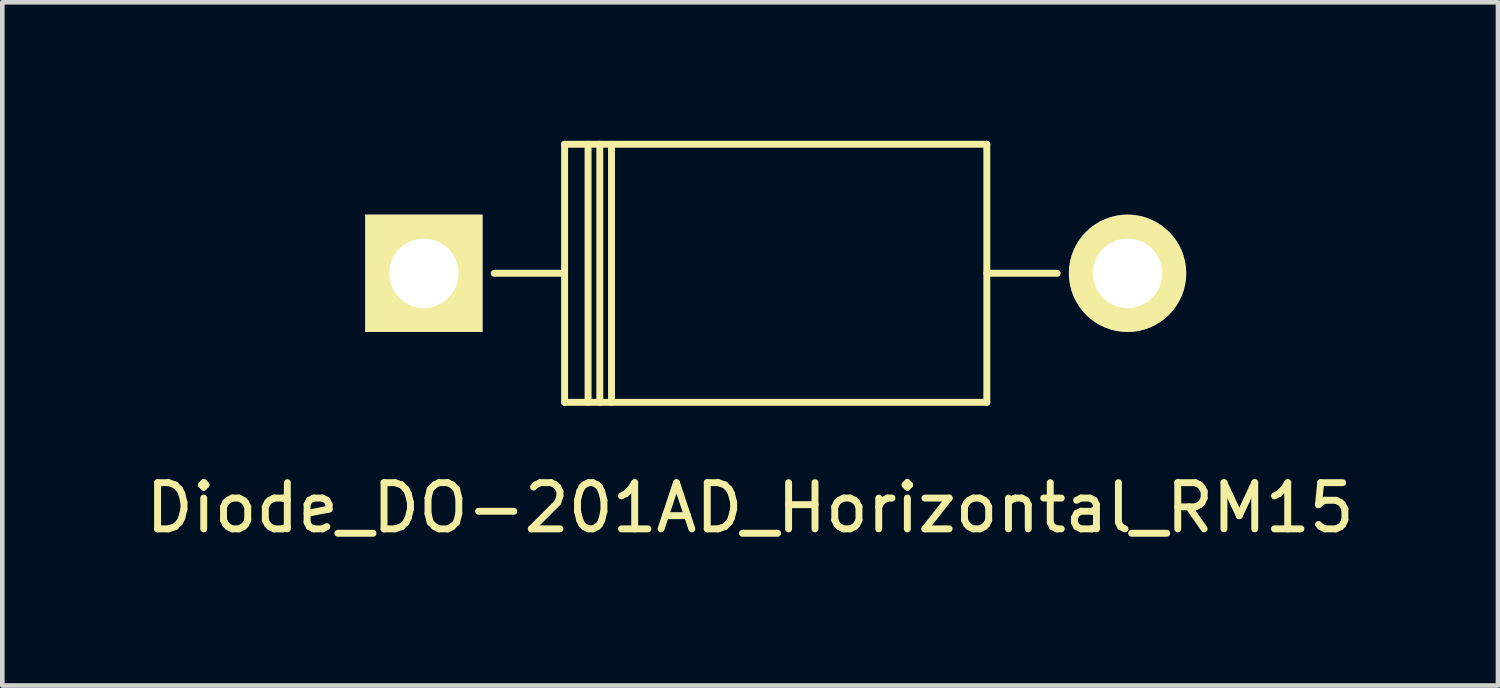
<source format=kicad_pcb>
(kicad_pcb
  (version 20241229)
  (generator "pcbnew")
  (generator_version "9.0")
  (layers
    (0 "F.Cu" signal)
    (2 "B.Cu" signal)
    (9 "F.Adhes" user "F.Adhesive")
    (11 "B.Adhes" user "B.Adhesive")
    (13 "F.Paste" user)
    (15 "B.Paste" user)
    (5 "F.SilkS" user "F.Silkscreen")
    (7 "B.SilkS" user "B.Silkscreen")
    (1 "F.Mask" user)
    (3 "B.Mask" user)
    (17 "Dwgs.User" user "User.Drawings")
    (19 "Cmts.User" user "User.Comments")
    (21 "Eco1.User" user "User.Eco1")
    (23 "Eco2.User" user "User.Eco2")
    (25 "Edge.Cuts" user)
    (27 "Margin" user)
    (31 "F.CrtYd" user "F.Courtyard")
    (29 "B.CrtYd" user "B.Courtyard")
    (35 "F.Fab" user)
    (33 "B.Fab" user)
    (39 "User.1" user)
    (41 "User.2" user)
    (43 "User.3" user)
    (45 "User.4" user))
  (footprint "Diode_DO-201AD_Horizontal_RM15"
    (layer "F.Cu")
    (at 6.129 2.872)
    (property "Reference" "Diode_DO-201AD_Horizontal_RM15" (at 7.067 5.077 0) (layer "F.SilkS") (effects (font (size 1 1) (thickness 0.15))))
    (attr through_hole)
    (fp_line (start 3.049 -2.797) (end 12.193 -2.797) (stroke (width 0.15) (type solid)) (layer "F.SilkS"))
    (fp_line (start 3.049 -0.003) (end 1.525 -0.003) (stroke (width 0.15) (type solid)) (layer "F.SilkS"))
    (fp_line (start 3.049 2.791) (end 3.049 -2.797) (stroke (width 0.15) (type solid)) (layer "F.SilkS"))
    (fp_line (start 3.557 -2.797) (end 3.557 2.791) (stroke (width 0.15) (type solid)) (layer "F.SilkS"))
    (fp_line (start 3.811 -2.797) (end 3.811 2.791) (stroke (width 0.15) (type solid)) (layer "F.SilkS"))
    (fp_line (start 4.065 -2.797) (end 4.065 2.791) (stroke (width 0.15) (type solid)) (layer "F.SilkS"))
    (fp_line (start 12.193 -2.797) (end 12.193 2.791) (stroke (width 0.15) (type solid)) (layer "F.SilkS"))
    (fp_line (start 12.193 -0.003) (end 13.717 -0.003) (stroke (width 0.15) (type solid)) (layer "F.SilkS"))
    (fp_line (start 12.193 2.791) (end 3.049 2.791) (stroke (width 0.15) (type solid)) (layer "F.SilkS"))
    (pad "1" thru_hole rect (at 0.001 -0.003 180) (size 2.54 2.54) (drill 1.501) (layers "*.Cu" "*.Mask" "F.SilkS"))
    (pad "2" thru_hole circle (at 15.241 -0.003 180) (size 2.54 2.54) (drill 1.501) (layers "*.Cu" "*.Mask" "F.SilkS")))
  (gr_rect
    (start -3 -3)
    (end 29.393 11.797)
    (stroke (width 0.1) (type default))
    (fill no)
    (layer "Edge.Cuts")))
</source>
